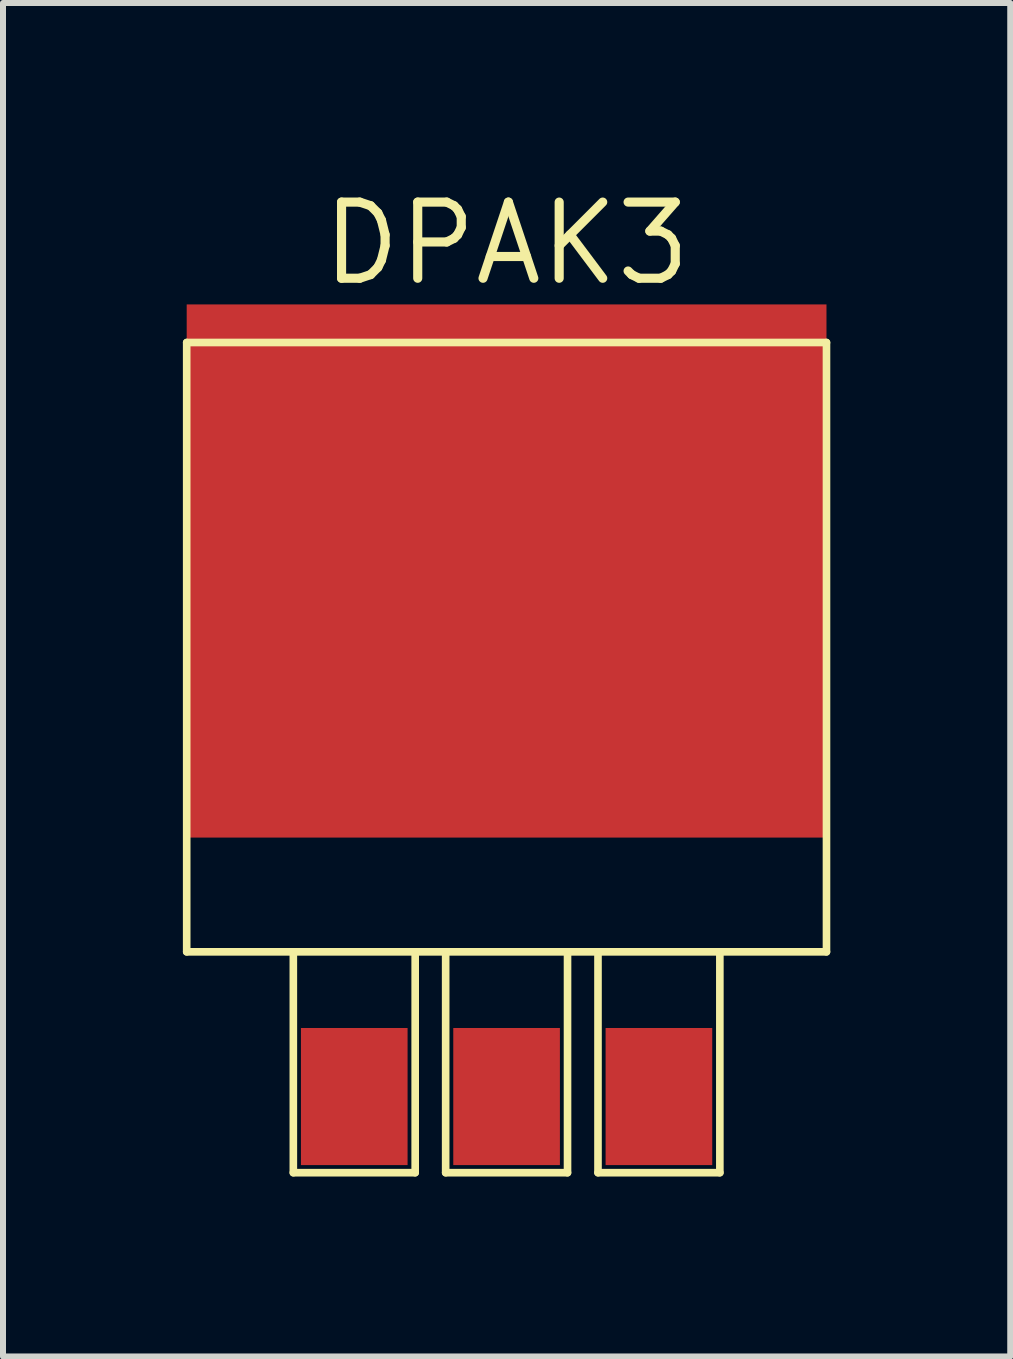
<source format=kicad_pcb>
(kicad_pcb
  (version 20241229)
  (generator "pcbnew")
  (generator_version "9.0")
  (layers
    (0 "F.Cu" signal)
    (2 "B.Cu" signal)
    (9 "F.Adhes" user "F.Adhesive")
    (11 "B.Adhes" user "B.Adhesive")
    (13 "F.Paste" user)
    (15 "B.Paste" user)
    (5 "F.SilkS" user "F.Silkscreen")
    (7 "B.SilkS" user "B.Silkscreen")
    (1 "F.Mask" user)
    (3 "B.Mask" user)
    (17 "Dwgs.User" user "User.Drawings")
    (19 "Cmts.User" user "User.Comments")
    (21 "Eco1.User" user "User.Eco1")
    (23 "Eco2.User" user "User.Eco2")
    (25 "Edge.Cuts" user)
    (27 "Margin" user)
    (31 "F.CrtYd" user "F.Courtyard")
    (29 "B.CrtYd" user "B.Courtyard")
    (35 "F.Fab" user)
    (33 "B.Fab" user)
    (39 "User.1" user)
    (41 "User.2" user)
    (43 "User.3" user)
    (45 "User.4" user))
  (footprint "DPAK3"
    (layer "F.Cu")
    (at 5.397 15.234)
    (property "Reference" "DPAK3" (at 0 -14.224 0) (layer "F.SilkS") (effects (font (size 1.27 1.27) (thickness 0.152))))
    (attr through_hole)
    (fp_line (start -5.334 -12.573) (end -5.334 -2.413) (stroke (width 0.127) (type solid)) (layer "F.SilkS"))
    (fp_line (start -5.334 -2.413) (end 5.334 -2.413) (stroke (width 0.127) (type solid)) (layer "F.SilkS"))
    (fp_line (start -3.556 -2.413) (end -3.556 1.27) (stroke (width 0.127) (type solid)) (layer "F.SilkS"))
    (fp_line (start -3.556 1.27) (end -1.524 1.27) (stroke (width 0.127) (type solid)) (layer "F.SilkS"))
    (fp_line (start -1.524 1.27) (end -1.524 -2.413) (stroke (width 0.127) (type solid)) (layer "F.SilkS"))
    (fp_line (start -1.016 -2.413) (end -1.016 1.27) (stroke (width 0.127) (type solid)) (layer "F.SilkS"))
    (fp_line (start -1.016 1.27) (end 1.016 1.27) (stroke (width 0.127) (type solid)) (layer "F.SilkS"))
    (fp_line (start 1.016 1.27) (end 1.016 -2.413) (stroke (width 0.127) (type solid)) (layer "F.SilkS"))
    (fp_line (start 1.524 -2.413) (end 1.524 1.27) (stroke (width 0.127) (type solid)) (layer "F.SilkS"))
    (fp_line (start 1.524 1.27) (end 3.556 1.27) (stroke (width 0.127) (type solid)) (layer "F.SilkS"))
    (fp_line (start 3.556 1.27) (end 3.556 -2.413) (stroke (width 0.127) (type solid)) (layer "F.SilkS"))
    (fp_line (start 5.334 -12.573) (end -5.334 -12.573) (stroke (width 0.127) (type solid)) (layer "F.SilkS"))
    (fp_line (start 5.334 -2.413) (end 5.334 -12.573) (stroke (width 0.127) (type solid)) (layer "F.SilkS"))
    (pad "2" smd rect (at 0 -8.763) (size 10.668 8.89) (layers "F.Cu" "F.Mask" "F.Paste"))
    (pad "GND" smd rect (at 0 0) (size 1.778 2.286) (layers "F.Cu" "F.Mask" "F.Paste"))
    (pad "VI" smd rect (at -2.54 0) (size 1.778 2.286) (layers "F.Cu" "F.Mask" "F.Paste"))
    (pad "VO" smd rect (at 2.54 0) (size 1.778 2.286) (layers "F.Cu" "F.Mask" "F.Paste")))
  (gr_rect
    (start -3 -3)
    (end 13.795 19.568)
    (stroke (width 0.1) (type default))
    (fill no)
    (layer "Edge.Cuts")))
</source>
